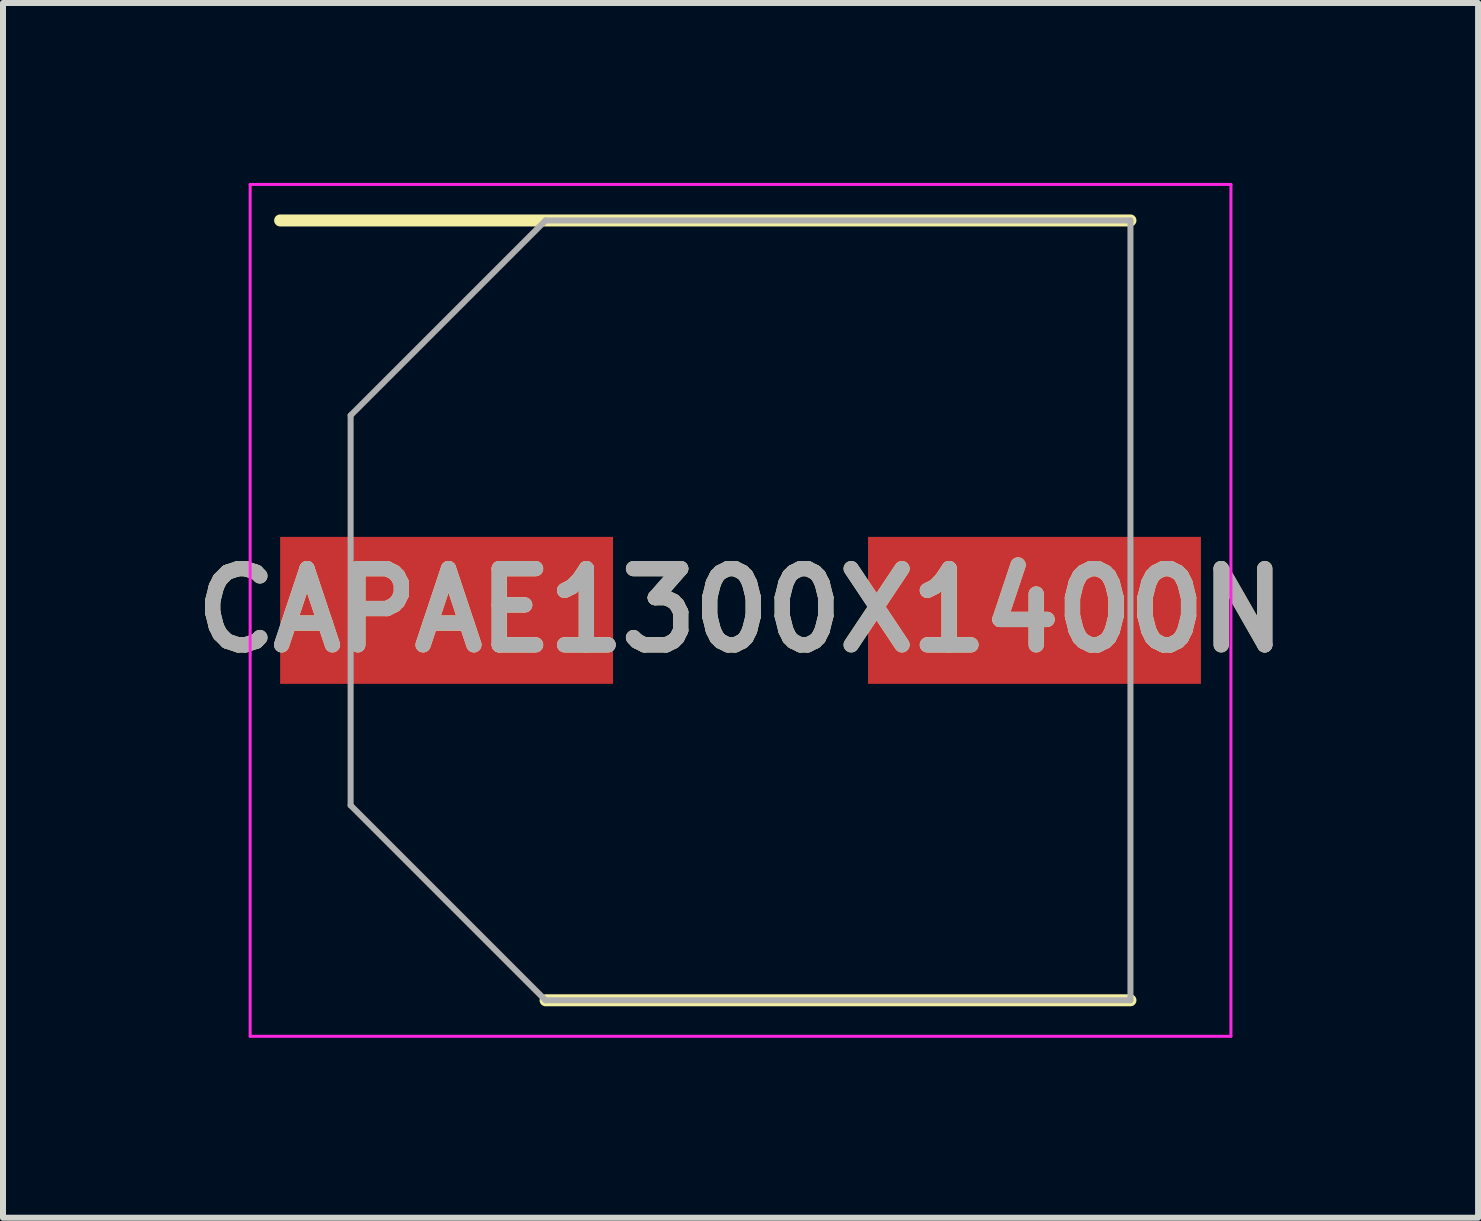
<source format=kicad_pcb>
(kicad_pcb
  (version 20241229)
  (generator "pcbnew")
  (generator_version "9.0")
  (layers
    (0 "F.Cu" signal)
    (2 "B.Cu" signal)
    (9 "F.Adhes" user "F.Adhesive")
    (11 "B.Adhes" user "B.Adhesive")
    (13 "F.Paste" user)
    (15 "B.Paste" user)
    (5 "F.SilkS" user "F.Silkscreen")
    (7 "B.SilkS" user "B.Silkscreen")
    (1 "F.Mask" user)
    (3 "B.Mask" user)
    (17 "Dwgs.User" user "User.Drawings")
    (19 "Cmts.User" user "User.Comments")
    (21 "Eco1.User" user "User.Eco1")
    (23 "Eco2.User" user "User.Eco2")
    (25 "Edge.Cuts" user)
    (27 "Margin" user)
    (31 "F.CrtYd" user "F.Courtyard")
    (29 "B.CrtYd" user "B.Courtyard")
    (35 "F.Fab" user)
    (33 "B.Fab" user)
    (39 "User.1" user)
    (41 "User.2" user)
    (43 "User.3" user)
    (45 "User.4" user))
  (footprint "CAPAE1300X1400N"
    (layer "F.Cu")
    (at 9.295 7.125)
    (property "Reference" "CAPAE1300X1400N" (at 0 0 0) (layer "F.SilkS") (effects (font (size 1.27 1.27) (thickness 0.254))))
    (attr smd)
    (fp_line (start -7.675 -6.5) (end 6.5 -6.5) (stroke (width 0.2) (type solid)) (layer "F.SilkS"))
    (fp_line (start -3.25 6.5) (end 6.5 6.5) (stroke (width 0.2) (type solid)) (layer "F.SilkS"))
    (fp_line (start -8.175 -7.1) (end 8.175 -7.1) (stroke (width 0.05) (type solid)) (layer "F.CrtYd"))
    (fp_line (start -8.175 7.1) (end -8.175 -7.1) (stroke (width 0.05) (type solid)) (layer "F.CrtYd"))
    (fp_line (start 8.175 -7.1) (end 8.175 7.1) (stroke (width 0.05) (type solid)) (layer "F.CrtYd"))
    (fp_line (start 8.175 7.1) (end -8.175 7.1) (stroke (width 0.05) (type solid)) (layer "F.CrtYd"))
    (fp_line (start -6.5 -3.25) (end -6.5 3.25) (stroke (width 0.1) (type solid)) (layer "F.Fab"))
    (fp_line (start -6.5 3.25) (end -3.25 6.5) (stroke (width 0.1) (type solid)) (layer "F.Fab"))
    (fp_line (start -3.25 -6.5) (end -6.5 -3.25) (stroke (width 0.1) (type solid)) (layer "F.Fab"))
    (fp_line (start -3.25 6.5) (end 6.5 6.5) (stroke (width 0.1) (type solid)) (layer "F.Fab"))
    (fp_line (start 6.5 -6.5) (end -3.25 -6.5) (stroke (width 0.1) (type solid)) (layer "F.Fab"))
    (fp_line (start 6.5 6.5) (end 6.5 -6.5) (stroke (width 0.1) (type solid)) (layer "F.Fab"))
    (fp_text user "${REFERENCE}" (at 0 0 0) (layer "F.Fab") (effects (font (size 1.27 1.27) (thickness 0.254))))
    (pad "1" smd rect (at -4.9 0 90) (size 2.45 5.55) (layers "F.Cu" "F.Mask" "F.Paste"))
    (pad "2" smd rect (at 4.9 0 90) (size 2.45 5.55) (layers "F.Cu" "F.Mask" "F.Paste")))
  (gr_rect
    (start -3 -3)
    (end 21.59 17.25)
    (stroke (width 0.1) (type default))
    (fill no)
    (layer "Edge.Cuts")))
</source>
